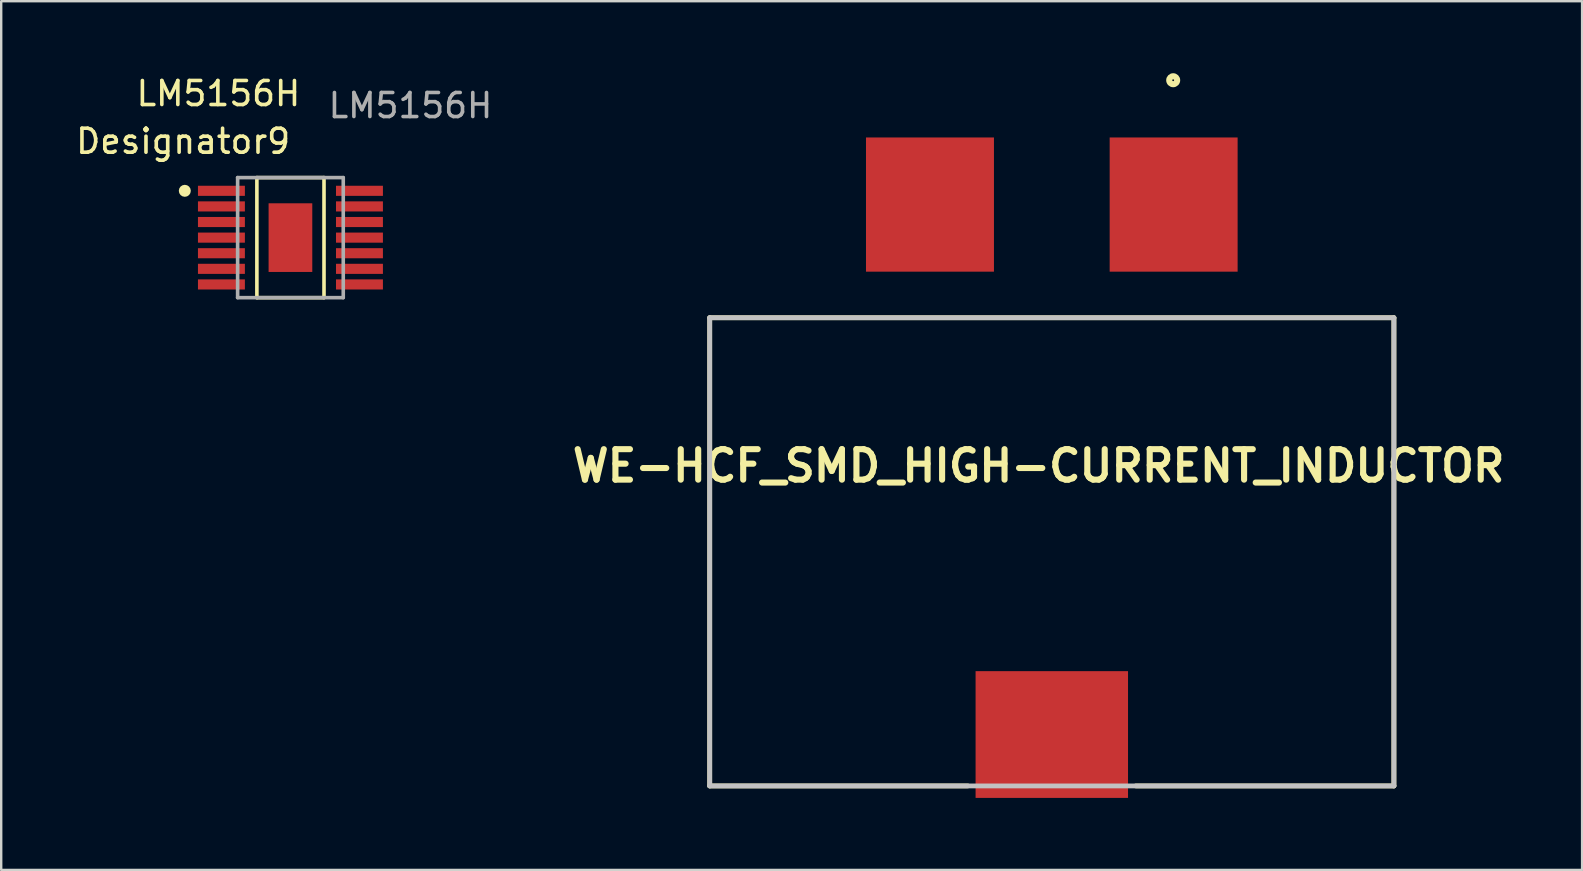
<source format=kicad_pcb>
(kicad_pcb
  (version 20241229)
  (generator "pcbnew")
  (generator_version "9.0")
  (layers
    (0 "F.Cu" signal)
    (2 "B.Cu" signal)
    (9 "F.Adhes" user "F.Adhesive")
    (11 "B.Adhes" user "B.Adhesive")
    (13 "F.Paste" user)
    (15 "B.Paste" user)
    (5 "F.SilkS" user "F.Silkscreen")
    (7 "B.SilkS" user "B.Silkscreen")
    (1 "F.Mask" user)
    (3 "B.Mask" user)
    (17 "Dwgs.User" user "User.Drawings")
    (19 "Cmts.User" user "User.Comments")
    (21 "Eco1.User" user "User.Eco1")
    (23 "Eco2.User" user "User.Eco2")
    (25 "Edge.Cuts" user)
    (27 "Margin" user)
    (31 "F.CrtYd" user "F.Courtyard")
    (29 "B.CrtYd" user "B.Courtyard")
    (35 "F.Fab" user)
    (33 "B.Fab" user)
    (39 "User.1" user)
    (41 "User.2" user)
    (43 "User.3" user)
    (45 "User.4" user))
  (footprint "LM5156H"
    (layer "F.Cu")
    (at 9.048 6.848)
    (property "Reference" "LM5156H" (at -3 -6 0) (unlocked yes) (layer "F.SilkS") (effects (font (size 1 1) (thickness 0.15))))
    (attr smd)
    (fp_line (start -1.398 -2.5) (end 1.398 -2.5) (stroke (width 0.15) (type solid)) (layer "F.SilkS"))
    (fp_line (start -1.398 2.5) (end -1.398 -2.5) (stroke (width 0.15) (type solid)) (layer "F.SilkS"))
    (fp_line (start -1.398 2.5) (end 1.398 2.5) (stroke (width 0.15) (type solid)) (layer "F.SilkS"))
    (fp_line (start 1.398 2.5) (end 1.398 -2.5) (stroke (width 0.15) (type solid)) (layer "F.SilkS"))
    (fp_circle (center -4.4 -1.95) (end -4.275 -1.95) (stroke (width 0.25) (type solid)) (fill no) (layer "F.SilkS"))
    (fp_poly (pts (xy -0.507 1.027) (xy 0.507 1.027) (xy 0.507 -1.027) (xy -0.507 -1.027)) (stroke (width 0) (type solid)) (fill yes) (layer "F.Paste"))
    (fp_line (start -2.2 -2.5) (end 2.2 -2.5) (stroke (width 0.15) (type solid)) (layer "F.Fab"))
    (fp_line (start -2.2 2.5) (end -2.2 -2.5) (stroke (width 0.15) (type solid)) (layer "F.Fab"))
    (fp_line (start -2.2 2.5) (end 2.2 2.5) (stroke (width 0.15) (type solid)) (layer "F.Fab"))
    (fp_line (start 2.2 2.5) (end 2.2 -2.5) (stroke (width 0.15) (type solid)) (layer "F.Fab"))
    (fp_text user "Designator9" (at -4.47 -4.013 0) (unlocked yes) (layer "F.SilkS") (effects (font (size 1 1) (thickness 0.15))))
    (fp_text user "${REFERENCE}" (at 5 -5.5 0) (unlocked yes) (layer "F.Fab") (effects (font (size 1 1) (thickness 0.15))))
    (pad "1" smd rect (at -2.875 -1.95) (size 1.955 0.421) (layers "F.Cu" "F.Mask" "F.Paste"))
    (pad "2" smd rect (at -2.875 -1.3) (size 1.955 0.421) (layers "F.Cu" "F.Mask" "F.Paste"))
    (pad "3" smd rect (at -2.875 -0.65) (size 1.955 0.421) (layers "F.Cu" "F.Mask" "F.Paste"))
    (pad "4" smd rect (at -2.875 0) (size 1.955 0.421) (layers "F.Cu" "F.Mask" "F.Paste"))
    (pad "5" smd rect (at -2.875 0.65) (size 1.955 0.421) (layers "F.Cu" "F.Mask" "F.Paste"))
    (pad "6" smd rect (at -2.875 1.3) (size 1.955 0.421) (layers "F.Cu" "F.Mask" "F.Paste"))
    (pad "7" smd rect (at -2.875 1.95) (size 1.955 0.421) (layers "F.Cu" "F.Mask" "F.Paste"))
    (pad "8" smd rect (at 2.875 1.95) (size 1.955 0.421) (layers "F.Cu" "F.Mask" "F.Paste"))
    (pad "9" smd rect (at 2.875 1.3) (size 1.955 0.421) (layers "F.Cu" "F.Mask" "F.Paste"))
    (pad "10" smd rect (at 2.875 0.65) (size 1.955 0.421) (layers "F.Cu" "F.Mask" "F.Paste"))
    (pad "11" smd rect (at 2.875 0) (size 1.955 0.421) (layers "F.Cu" "F.Mask" "F.Paste"))
    (pad "12" smd rect (at 2.875 -0.65) (size 1.955 0.421) (layers "F.Cu" "F.Mask" "F.Paste"))
    (pad "13" smd rect (at 2.875 -1.3) (size 1.955 0.421) (layers "F.Cu" "F.Mask" "F.Paste"))
    (pad "14" smd rect (at 2.875 -1.95) (size 1.955 0.421) (layers "F.Cu" "F.Mask" "F.Paste"))
    (pad "15" smd rect (at 0 0) (size 1.82 2.86) (layers "F.Cu" "F.Mask")))
  (footprint "WE-HCF_SMD_HIGH-CURRENT_INDUCTOR"
    (layer "F.Cu")
    (at 40.762 19.936)
    (property "Reference" "WE-HCF_SMD_HIGH-CURRENT_INDUCTOR" (at -0.548 -3.581 0) (layer "F.SilkS") (effects (font (size 1.27 1.27) (thickness 0.254))))
    (attr smd)
    (fp_line (start -14.25 -9.75) (end 14.25 -9.75) (stroke (width 0.2) (type solid)) (layer "F.SilkS"))
    (fp_line (start -14.25 9.75) (end -14.25 -9.75) (stroke (width 0.2) (type solid)) (layer "F.SilkS"))
    (fp_line (start -14.25 9.75) (end -3.5 9.75) (stroke (width 0.2) (type solid)) (layer "F.SilkS"))
    (fp_line (start 14.25 -9.75) (end 14.25 9.75) (stroke (width 0.2) (type solid)) (layer "F.SilkS"))
    (fp_line (start 14.25 9.75) (end 3.5 9.75) (stroke (width 0.2) (type solid)) (layer "F.SilkS"))
    (fp_circle (center 5.056 -19.644) (end 4.891 -19.644) (stroke (width 0.254) (type solid)) (fill no) (layer "F.SilkS"))
    (fp_line (start -14.25 -9.75) (end 14.25 -9.75) (stroke (width 0.2) (type solid)) (layer "Dwgs.User"))
    (fp_line (start -14.25 9.75) (end -14.25 -9.75) (stroke (width 0.2) (type solid)) (layer "Dwgs.User"))
    (fp_line (start 14.25 -9.75) (end 14.25 9.75) (stroke (width 0.2) (type solid)) (layer "Dwgs.User"))
    (fp_line (start 14.25 9.75) (end -14.25 9.75) (stroke (width 0.2) (type solid)) (layer "Dwgs.User"))
    (pad "1" smd rect (at 5.075 -14.465) (size 5.33 5.59) (layers "F.Cu" "F.Mask" "F.Paste"))
    (pad "2" smd rect (at -5.075 -14.465) (size 5.33 5.59) (layers "F.Cu" "F.Mask" "F.Paste"))
    (pad "3" smd rect (at 0 7.61 90) (size 5.28 6.35) (layers "F.Cu" "F.Mask" "F.Paste")))
  (gr_rect
    (start -3 -3)
    (end 62.851 33.186)
    (stroke (width 0.1) (type default))
    (fill no)
    (layer "Edge.Cuts")))
</source>
